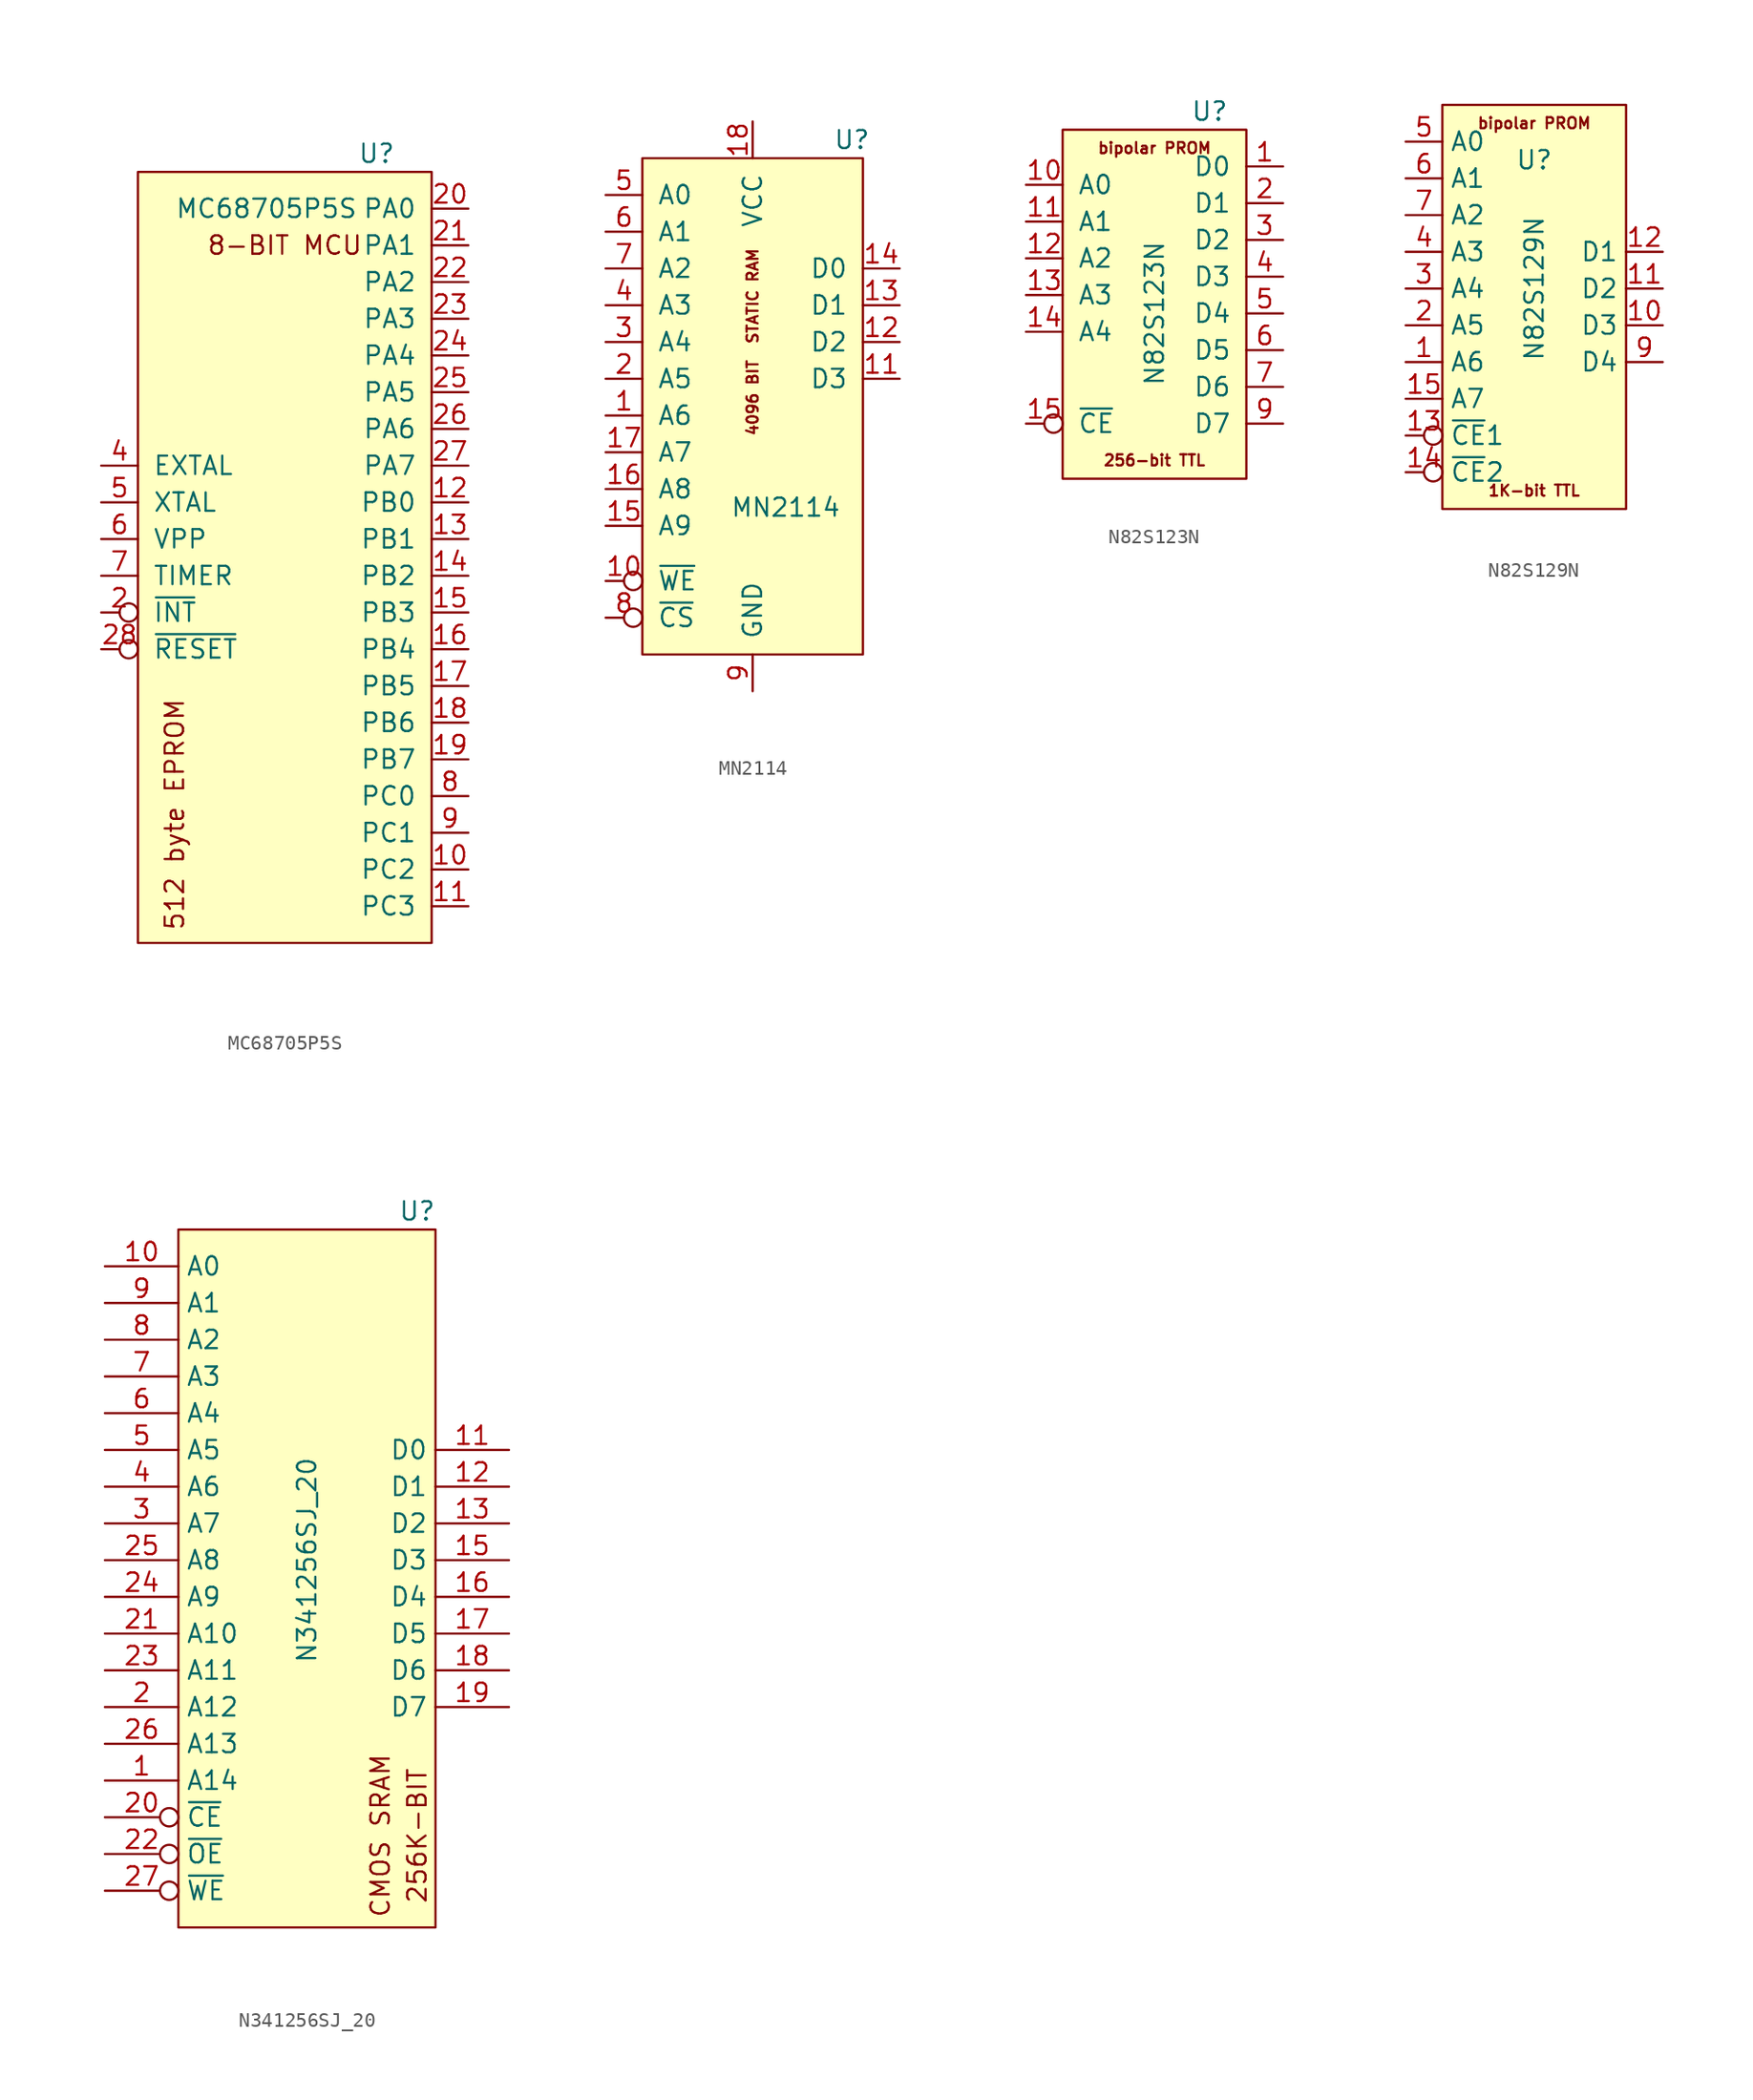
<source format=kicad_sym>
(kicad_symbol_lib
  (version 20231120)
  (generator "kicad_symbol_editor")
  (generator_version "8.0")
  (symbol "MC68705P5S"
    (pin_names
      (offset 1.016))
    (property "Reference" "U"
      (at 6.35 27.94 0)
      (effects (font (size 1.27 1.27))))
    (property "Value" "MC68705P5S"
      (at -1.27 24.13 0)
      (effects (font (size 1.27 1.27))))
    (symbol "MC68705P5S_0_0"
      (text "512 byte EPROM" (at -7.62 -17.78 900) (effects (font (size 1.27 1.27))))
      (text "8-BIT MCU" (at 0 21.59 0) (effects (font (size 1.27 1.27)))))
    (symbol "MC68705P5S_0_1"
      (rectangle (start 10.16 26.67) (end -10.16 -26.67) (stroke (width 0) (type default)) (fill (type background))))
    (symbol "MC68705P5S_1_1"
      (pin power_in line (at 0 -26.67 90) (length 2.54) hide (name "VSS" (effects (font (size 1.27 1.27)))) (number "1" (effects (font (size 1.27 1.27)))))
      (pin bidirectional line (at 12.7 -21.59 180) (length 2.54) (name "PC2" (effects (font (size 1.27 1.27)))) (number "10" (effects (font (size 1.27 1.27)))))
      (pin bidirectional line (at 12.7 -24.13 180) (length 2.54) (name "PC3" (effects (font (size 1.27 1.27)))) (number "11" (effects (font (size 1.27 1.27)))))
      (pin bidirectional line (at 12.7 3.81 180) (length 2.54) (name "PB0" (effects (font (size 1.27 1.27)))) (number "12" (effects (font (size 1.27 1.27)))))
      (pin bidirectional line (at 12.7 1.27 180) (length 2.54) (name "PB1" (effects (font (size 1.27 1.27)))) (number "13" (effects (font (size 1.27 1.27)))))
      (pin bidirectional line (at 12.7 -1.27 180) (length 2.54) (name "PB2" (effects (font (size 1.27 1.27)))) (number "14" (effects (font (size 1.27 1.27)))))
      (pin bidirectional line (at 12.7 -3.81 180) (length 2.54) (name "PB3" (effects (font (size 1.27 1.27)))) (number "15" (effects (font (size 1.27 1.27)))))
      (pin bidirectional line (at 12.7 -6.35 180) (length 2.54) (name "PB4" (effects (font (size 1.27 1.27)))) (number "16" (effects (font (size 1.27 1.27)))))
      (pin bidirectional line (at 12.7 -8.89 180) (length 2.54) (name "PB5" (effects (font (size 1.27 1.27)))) (number "17" (effects (font (size 1.27 1.27)))))
      (pin bidirectional line (at 12.7 -11.43 180) (length 2.54) (name "PB6" (effects (font (size 1.27 1.27)))) (number "18" (effects (font (size 1.27 1.27)))))
      (pin bidirectional line (at 12.7 -13.97 180) (length 2.54) (name "PB7" (effects (font (size 1.27 1.27)))) (number "19" (effects (font (size 1.27 1.27)))))
      (pin input inverted (at -12.7 -3.81 0) (length 2.54) (name "~{INT}" (effects (font (size 1.27 1.27)))) (number "2" (effects (font (size 1.27 1.27)))))
      (pin bidirectional line (at 12.7 24.13 180) (length 2.54) (name "PA0" (effects (font (size 1.27 1.27)))) (number "20" (effects (font (size 1.27 1.27)))))
      (pin bidirectional line (at 12.7 21.59 180) (length 2.54) (name "PA1" (effects (font (size 1.27 1.27)))) (number "21" (effects (font (size 1.27 1.27)))))
      (pin bidirectional line (at 12.7 19.05 180) (length 2.54) (name "PA2" (effects (font (size 1.27 1.27)))) (number "22" (effects (font (size 1.27 1.27)))))
      (pin bidirectional line (at 12.7 16.51 180) (length 2.54) (name "PA3" (effects (font (size 1.27 1.27)))) (number "23" (effects (font (size 1.27 1.27)))))
      (pin bidirectional line (at 12.7 13.97 180) (length 2.54) (name "PA4" (effects (font (size 1.27 1.27)))) (number "24" (effects (font (size 1.27 1.27)))))
      (pin bidirectional line (at 12.7 11.43 180) (length 2.54) (name "PA5" (effects (font (size 1.27 1.27)))) (number "25" (effects (font (size 1.27 1.27)))))
      (pin bidirectional line (at 12.7 8.89 180) (length 2.54) (name "PA6" (effects (font (size 1.27 1.27)))) (number "26" (effects (font (size 1.27 1.27)))))
      (pin bidirectional line (at 12.7 6.35 180) (length 2.54) (name "PA7" (effects (font (size 1.27 1.27)))) (number "27" (effects (font (size 1.27 1.27)))))
      (pin input inverted (at -12.7 -6.35 0) (length 2.54) (name "~{RESET}" (effects (font (size 1.27 1.27)))) (number "28" (effects (font (size 1.27 1.27)))))
      (pin power_in line (at 0 26.67 270) (length 2.54) hide (name "VCC" (effects (font (size 1.27 1.27)))) (number "3" (effects (font (size 1.27 1.27)))))
      (pin input line (at -12.7 6.35 0) (length 2.54) (name "EXTAL" (effects (font (size 1.27 1.27)))) (number "4" (effects (font (size 1.27 1.27)))))
      (pin input line (at -12.7 3.81 0) (length 2.54) (name "XTAL" (effects (font (size 1.27 1.27)))) (number "5" (effects (font (size 1.27 1.27)))))
      (pin input line (at -12.7 1.27 0) (length 2.54) (name "VPP" (effects (font (size 1.27 1.27)))) (number "6" (effects (font (size 1.27 1.27)))))
      (pin input line (at -12.7 -1.27 0) (length 2.54) (name "TIMER" (effects (font (size 1.27 1.27)))) (number "7" (effects (font (size 1.27 1.27)))))
      (pin bidirectional line (at 12.7 -16.51 180) (length 2.54) (name "PC0" (effects (font (size 1.27 1.27)))) (number "8" (effects (font (size 1.27 1.27)))))
      (pin bidirectional line (at 12.7 -19.05 180) (length 2.54) (name "PC1" (effects (font (size 1.27 1.27)))) (number "9" (effects (font (size 1.27 1.27)))))))
  (symbol "MN2114"
    (pin_names
      (offset 1.016))
    (property "Reference" "U"
      (at 6.858 12.7 0)
      (effects (font (size 1.245 1.245))))
    (property "Value" "MN2114"
      (at 2.286 -12.7 0)
      (effects (font (size 1.245 1.245))))
    (symbol "MN2114_0_1"
      (rectangle (start -7.62 11.43) (end 7.62 -22.86) (stroke (width 0) (type default)) (fill (type background))))
    (symbol "MN2114_1_0"
      (text "4096 BIT  STATIC RAM" (at 0 -1.27 900) (effects (font (size 0.762 0.762)))))
    (symbol "MN2114_1_1"
      (pin input line (at -10.16 -6.35 0) (length 2.54) (name "A6" (effects (font (size 1.27 1.27)))) (number "1" (effects (font (size 1.27 1.27)))))
      (pin input inverted (at -10.16 -17.78 0) (length 2.54) (name "~{WE}" (effects (font (size 1.27 1.27)))) (number "10" (effects (font (size 1.27 1.27)))))
      (pin bidirectional line (at 10.16 -3.81 180) (length 2.54) (name "D3" (effects (font (size 1.27 1.27)))) (number "11" (effects (font (size 1.27 1.27)))))
      (pin bidirectional line (at 10.16 -1.27 180) (length 2.54) (name "D2" (effects (font (size 1.27 1.27)))) (number "12" (effects (font (size 1.27 1.27)))))
      (pin bidirectional line (at 10.16 1.27 180) (length 2.54) (name "D1" (effects (font (size 1.27 1.27)))) (number "13" (effects (font (size 1.27 1.27)))))
      (pin bidirectional line (at 10.16 3.81 180) (length 2.54) (name "D0" (effects (font (size 1.27 1.27)))) (number "14" (effects (font (size 1.27 1.27)))))
      (pin input line (at -10.16 -13.97 0) (length 2.54) (name "A9" (effects (font (size 1.27 1.27)))) (number "15" (effects (font (size 1.27 1.27)))))
      (pin input line (at -10.16 -11.43 0) (length 2.54) (name "A8" (effects (font (size 1.27 1.27)))) (number "16" (effects (font (size 1.27 1.27)))))
      (pin input line (at -10.16 -8.89 0) (length 2.54) (name "A7" (effects (font (size 1.27 1.27)))) (number "17" (effects (font (size 1.27 1.27)))))
      (pin power_in line (at 0 13.97 270) (length 2.54) (name "VCC" (effects (font (size 1.27 1.27)))) (number "18" (effects (font (size 1.27 1.27)))))
      (pin input line (at -10.16 -3.81 0) (length 2.54) (name "A5" (effects (font (size 1.27 1.27)))) (number "2" (effects (font (size 1.27 1.27)))))
      (pin input line (at -10.16 -1.27 0) (length 2.54) (name "A4" (effects (font (size 1.27 1.27)))) (number "3" (effects (font (size 1.27 1.27)))))
      (pin input line (at -10.16 1.27 0) (length 2.54) (name "A3" (effects (font (size 1.27 1.27)))) (number "4" (effects (font (size 1.27 1.27)))))
      (pin input line (at -10.16 8.89 0) (length 2.54) (name "A0" (effects (font (size 1.27 1.27)))) (number "5" (effects (font (size 1.27 1.27)))))
      (pin input line (at -10.16 6.35 0) (length 2.54) (name "A1" (effects (font (size 1.27 1.27)))) (number "6" (effects (font (size 1.27 1.27)))))
      (pin input line (at -10.16 3.81 0) (length 2.54) (name "A2" (effects (font (size 1.27 1.27)))) (number "7" (effects (font (size 1.27 1.27)))))
      (pin input inverted (at -10.16 -20.32 0) (length 2.54) (name "~{CS}" (effects (font (size 1.27 1.27)))) (number "8" (effects (font (size 1.27 1.27)))))
      (pin power_in line (at 0 -25.4 90) (length 2.54) (name "GND" (effects (font (size 1.27 1.27)))) (number "9" (effects (font (size 1.27 1.27)))))))
  (symbol "N82S123N"
    (pin_names
      (offset 1.016))
    (property "Reference" "U"
      (at 3.81 8.89 0)
      (effects (font (size 1.27 1.27))))
    (property "Value" "N82S123N"
      (at 0 -5.08 90)
      (effects (font (size 1.27 1.27))))
    (symbol "N82S123N_0_0"
      (text " 256-bit TTL " (at 0 -15.24 0) (effects (font (size 0.762 0.762))))
      (text "bipolar PROM" (at 0 6.35 0) (effects (font (size 0.762 0.762)))))
    (symbol "N82S123N_0_1"
      (rectangle (start -6.35 7.62) (end 6.35 -16.51) (stroke (width 0) (type default)) (fill (type background))))
    (symbol "N82S123N_1_1"
      (pin tri_state line (at 8.89 5.08 180) (length 2.54) (name "D0" (effects (font (size 1.27 1.27)))) (number "1" (effects (font (size 1.27 1.27)))))
      (pin input line (at -8.89 3.81 0) (length 2.54) (name "A0" (effects (font (size 1.27 1.27)))) (number "10" (effects (font (size 1.27 1.27)))))
      (pin input line (at -8.89 1.27 0) (length 2.54) (name "A1" (effects (font (size 1.27 1.27)))) (number "11" (effects (font (size 1.27 1.27)))))
      (pin input line (at -8.89 -1.27 0) (length 2.54) (name "A2" (effects (font (size 1.27 1.27)))) (number "12" (effects (font (size 1.27 1.27)))))
      (pin input line (at -8.89 -3.81 0) (length 2.54) (name "A3" (effects (font (size 1.27 1.27)))) (number "13" (effects (font (size 1.27 1.27)))))
      (pin input line (at -8.89 -6.35 0) (length 2.54) (name "A4" (effects (font (size 1.27 1.27)))) (number "14" (effects (font (size 1.27 1.27)))))
      (pin input inverted (at -8.89 -12.7 0) (length 2.54) (name "~{CE}" (effects (font (size 1.27 1.27)))) (number "15" (effects (font (size 1.27 1.27)))))
      (pin power_in line (at 0 7.62 270) (length 2.54) hide (name "VCC" (effects (font (size 1.27 1.27)))) (number "16" (effects (font (size 1.27 1.27)))))
      (pin tri_state line (at 8.89 2.54 180) (length 2.54) (name "D1" (effects (font (size 1.27 1.27)))) (number "2" (effects (font (size 1.27 1.27)))))
      (pin tri_state line (at 8.89 0 180) (length 2.54) (name "D2" (effects (font (size 1.27 1.27)))) (number "3" (effects (font (size 1.27 1.27)))))
      (pin tri_state line (at 8.89 -2.54 180) (length 2.54) (name "D3" (effects (font (size 1.27 1.27)))) (number "4" (effects (font (size 1.27 1.27)))))
      (pin tri_state line (at 8.89 -5.08 180) (length 2.54) (name "D4" (effects (font (size 1.27 1.27)))) (number "5" (effects (font (size 1.27 1.27)))))
      (pin tri_state line (at 8.89 -7.62 180) (length 2.54) (name "D5" (effects (font (size 1.27 1.27)))) (number "6" (effects (font (size 1.27 1.27)))))
      (pin tri_state line (at 8.89 -10.16 180) (length 2.54) (name "D6" (effects (font (size 1.27 1.27)))) (number "7" (effects (font (size 1.27 1.27)))))
      (pin power_in line (at 0 -16.51 90) (length 2.54) hide (name "VSS" (effects (font (size 1.27 1.27)))) (number "8" (effects (font (size 1.27 1.27)))))
      (pin tri_state line (at 8.89 -12.7 180) (length 2.54) (name "D7" (effects (font (size 1.27 1.27)))) (number "9" (effects (font (size 1.27 1.27)))))))
  (symbol "N82S129N"
    (property "Reference" "U"
      (at 0 10.16 0)
      (effects (font (size 1.27 1.27))))
    (property "Value" "N82S129N"
      (at 0 1.27 90)
      (effects (font (size 1.27 1.27))))
    (symbol "N82S129N_0_0"
      (text " 1K-bit TTL " (at 0 -12.7 0) (effects (font (size 0.762 0.762))))
      (text "bipolar PROM" (at 0 12.7 0) (effects (font (size 0.762 0.762)))))
    (symbol "N82S129N_0_1"
      (rectangle (start -6.35 13.97) (end 6.35 -13.97) (stroke (width 0) (type default)) (fill (type background))))
    (symbol "N82S129N_1_1"
      (pin input line (at -8.89 -3.81 0) (length 2.54) (name "A6" (effects (font (size 1.27 1.27)))) (number "1" (effects (font (size 1.27 1.27)))))
      (pin tri_state line (at 8.89 -1.27 180) (length 2.54) (name "D3" (effects (font (size 1.27 1.27)))) (number "10" (effects (font (size 1.27 1.27)))))
      (pin tri_state line (at 8.89 1.27 180) (length 2.54) (name "D2" (effects (font (size 1.27 1.27)))) (number "11" (effects (font (size 1.27 1.27)))))
      (pin tri_state line (at 8.89 3.81 180) (length 2.54) (name "D1" (effects (font (size 1.27 1.27)))) (number "12" (effects (font (size 1.27 1.27)))))
      (pin input inverted (at -8.89 -8.89 0) (length 2.54) (name "~{CE}1" (effects (font (size 1.27 1.27)))) (number "13" (effects (font (size 1.27 1.27)))))
      (pin input inverted (at -8.89 -11.43 0) (length 2.54) (name "~{CE}2" (effects (font (size 1.27 1.27)))) (number "14" (effects (font (size 1.27 1.27)))))
      (pin input line (at -8.89 -6.35 0) (length 2.54) (name "A7" (effects (font (size 1.27 1.27)))) (number "15" (effects (font (size 1.27 1.27)))))
      (pin power_in line (at 0 13.97 270) (length 2.54) hide (name "VCC" (effects (font (size 1.27 1.27)))) (number "16" (effects (font (size 1.27 1.27)))))
      (pin input line (at -8.89 -1.27 0) (length 2.54) (name "A5" (effects (font (size 1.27 1.27)))) (number "2" (effects (font (size 1.27 1.27)))))
      (pin input line (at -8.89 1.27 0) (length 2.54) (name "A4" (effects (font (size 1.27 1.27)))) (number "3" (effects (font (size 1.27 1.27)))))
      (pin input line (at -8.89 3.81 0) (length 2.54) (name "A3" (effects (font (size 1.27 1.27)))) (number "4" (effects (font (size 1.27 1.27)))))
      (pin input line (at -8.89 11.43 0) (length 2.54) (name "A0" (effects (font (size 1.27 1.27)))) (number "5" (effects (font (size 1.27 1.27)))))
      (pin input line (at -8.89 8.89 0) (length 2.54) (name "A1" (effects (font (size 1.27 1.27)))) (number "6" (effects (font (size 1.27 1.27)))))
      (pin input line (at -8.89 6.35 0) (length 2.54) (name "A2" (effects (font (size 1.27 1.27)))) (number "7" (effects (font (size 1.27 1.27)))))
      (pin power_in line (at 0 -13.97 90) (length 2.54) hide (name "VSS" (effects (font (size 1.27 1.27)))) (number "8" (effects (font (size 1.27 1.27)))))
      (pin tri_state line (at 8.89 -3.81 180) (length 2.54) (name "D4" (effects (font (size 1.27 1.27)))) (number "9" (effects (font (size 1.27 1.27)))))))
  (symbol "N341256SJ_20"
    (property "Reference" "U"
      (at 7.62 25.4 0)
      (effects (font (size 1.27 1.27))))
    (property "Value" "N341256SJ_20"
      (at 0 1.27 90)
      (effects (font (size 1.27 1.27))))
    (symbol "N341256SJ_20_0_0"
      (text "256K-BIT" (at 7.62 -17.78 900) (effects (font (size 1.27 1.27))))
      (text "CMOS SRAM" (at 5.08 -17.78 900) (effects (font (size 1.27 1.27)))))
    (symbol "N341256SJ_20_0_1"
      (rectangle (start -8.89 24.13) (end 8.89 -24.13) (stroke (width 0.152) (type default)) (fill (type background))))
    (symbol "N341256SJ_20_1_1"
      (pin input line (at -13.97 -13.97 0) (length 5.08) (name "A14" (effects (font (size 1.27 1.27)))) (number "1" (effects (font (size 1.27 1.27)))))
      (pin input line (at -13.97 21.59 0) (length 5.08) (name "A0" (effects (font (size 1.27 1.27)))) (number "10" (effects (font (size 1.27 1.27)))))
      (pin bidirectional line (at 13.97 8.89 180) (length 5.08) (name "D0" (effects (font (size 1.27 1.27)))) (number "11" (effects (font (size 1.27 1.27)))))
      (pin bidirectional line (at 13.97 6.35 180) (length 5.08) (name "D1" (effects (font (size 1.27 1.27)))) (number "12" (effects (font (size 1.27 1.27)))))
      (pin bidirectional line (at 13.97 3.81 180) (length 5.08) (name "D2" (effects (font (size 1.27 1.27)))) (number "13" (effects (font (size 1.27 1.27)))))
      (pin power_in line (at 0 -24.13 90) (length 5.08) hide (name "VSS" (effects (font (size 1.27 1.27)))) (number "14" (effects (font (size 1.27 1.27)))))
      (pin bidirectional line (at 13.97 1.27 180) (length 5.08) (name "D3" (effects (font (size 1.27 1.27)))) (number "15" (effects (font (size 1.27 1.27)))))
      (pin bidirectional line (at 13.97 -1.27 180) (length 5.08) (name "D4" (effects (font (size 1.27 1.27)))) (number "16" (effects (font (size 1.27 1.27)))))
      (pin bidirectional line (at 13.97 -3.81 180) (length 5.08) (name "D5" (effects (font (size 1.27 1.27)))) (number "17" (effects (font (size 1.27 1.27)))))
      (pin bidirectional line (at 13.97 -6.35 180) (length 5.08) (name "D6" (effects (font (size 1.27 1.27)))) (number "18" (effects (font (size 1.27 1.27)))))
      (pin bidirectional line (at 13.97 -8.89 180) (length 5.08) (name "D7" (effects (font (size 1.27 1.27)))) (number "19" (effects (font (size 1.27 1.27)))))
      (pin input line (at -13.97 -8.89 0) (length 5.08) (name "A12" (effects (font (size 1.27 1.27)))) (number "2" (effects (font (size 1.27 1.27)))))
      (pin input inverted (at -13.97 -16.51 0) (length 5.08) (name "~{CE}" (effects (font (size 1.27 1.27)))) (number "20" (effects (font (size 1.27 1.27)))))
      (pin input line (at -13.97 -3.81 0) (length 5.08) (name "A10" (effects (font (size 1.27 1.27)))) (number "21" (effects (font (size 1.27 1.27)))))
      (pin input inverted (at -13.97 -19.05 0) (length 5.08) (name "~{OE}" (effects (font (size 1.27 1.27)))) (number "22" (effects (font (size 1.27 1.27)))))
      (pin input line (at -13.97 -6.35 0) (length 5.08) (name "A11" (effects (font (size 1.27 1.27)))) (number "23" (effects (font (size 1.27 1.27)))))
      (pin input line (at -13.97 -1.27 0) (length 5.08) (name "A9" (effects (font (size 1.27 1.27)))) (number "24" (effects (font (size 1.27 1.27)))))
      (pin input line (at -13.97 1.27 0) (length 5.08) (name "A8" (effects (font (size 1.27 1.27)))) (number "25" (effects (font (size 1.27 1.27)))))
      (pin input line (at -13.97 -11.43 0) (length 5.08) (name "A13" (effects (font (size 1.27 1.27)))) (number "26" (effects (font (size 1.27 1.27)))))
      (pin input inverted (at -13.97 -21.59 0) (length 5.08) (name "~{WE}" (effects (font (size 1.27 1.27)))) (number "27" (effects (font (size 1.27 1.27)))))
      (pin power_in line (at 0 24.13 270) (length 5.08) hide (name "VCC" (effects (font (size 1.27 1.27)))) (number "28" (effects (font (size 1.27 1.27)))))
      (pin input line (at -13.97 3.81 0) (length 5.08) (name "A7" (effects (font (size 1.27 1.27)))) (number "3" (effects (font (size 1.27 1.27)))))
      (pin input line (at -13.97 6.35 0) (length 5.08) (name "A6" (effects (font (size 1.27 1.27)))) (number "4" (effects (font (size 1.27 1.27)))))
      (pin input line (at -13.97 8.89 0) (length 5.08) (name "A5" (effects (font (size 1.27 1.27)))) (number "5" (effects (font (size 1.27 1.27)))))
      (pin input line (at -13.97 11.43 0) (length 5.08) (name "A4" (effects (font (size 1.27 1.27)))) (number "6" (effects (font (size 1.27 1.27)))))
      (pin input line (at -13.97 13.97 0) (length 5.08) (name "A3" (effects (font (size 1.27 1.27)))) (number "7" (effects (font (size 1.27 1.27)))))
      (pin input line (at -13.97 16.51 0) (length 5.08) (name "A2" (effects (font (size 1.27 1.27)))) (number "8" (effects (font (size 1.27 1.27)))))
      (pin input line (at -13.97 19.05 0) (length 5.08) (name "A1" (effects (font (size 1.27 1.27)))) (number "9" (effects (font (size 1.27 1.27))))))))
</source>
